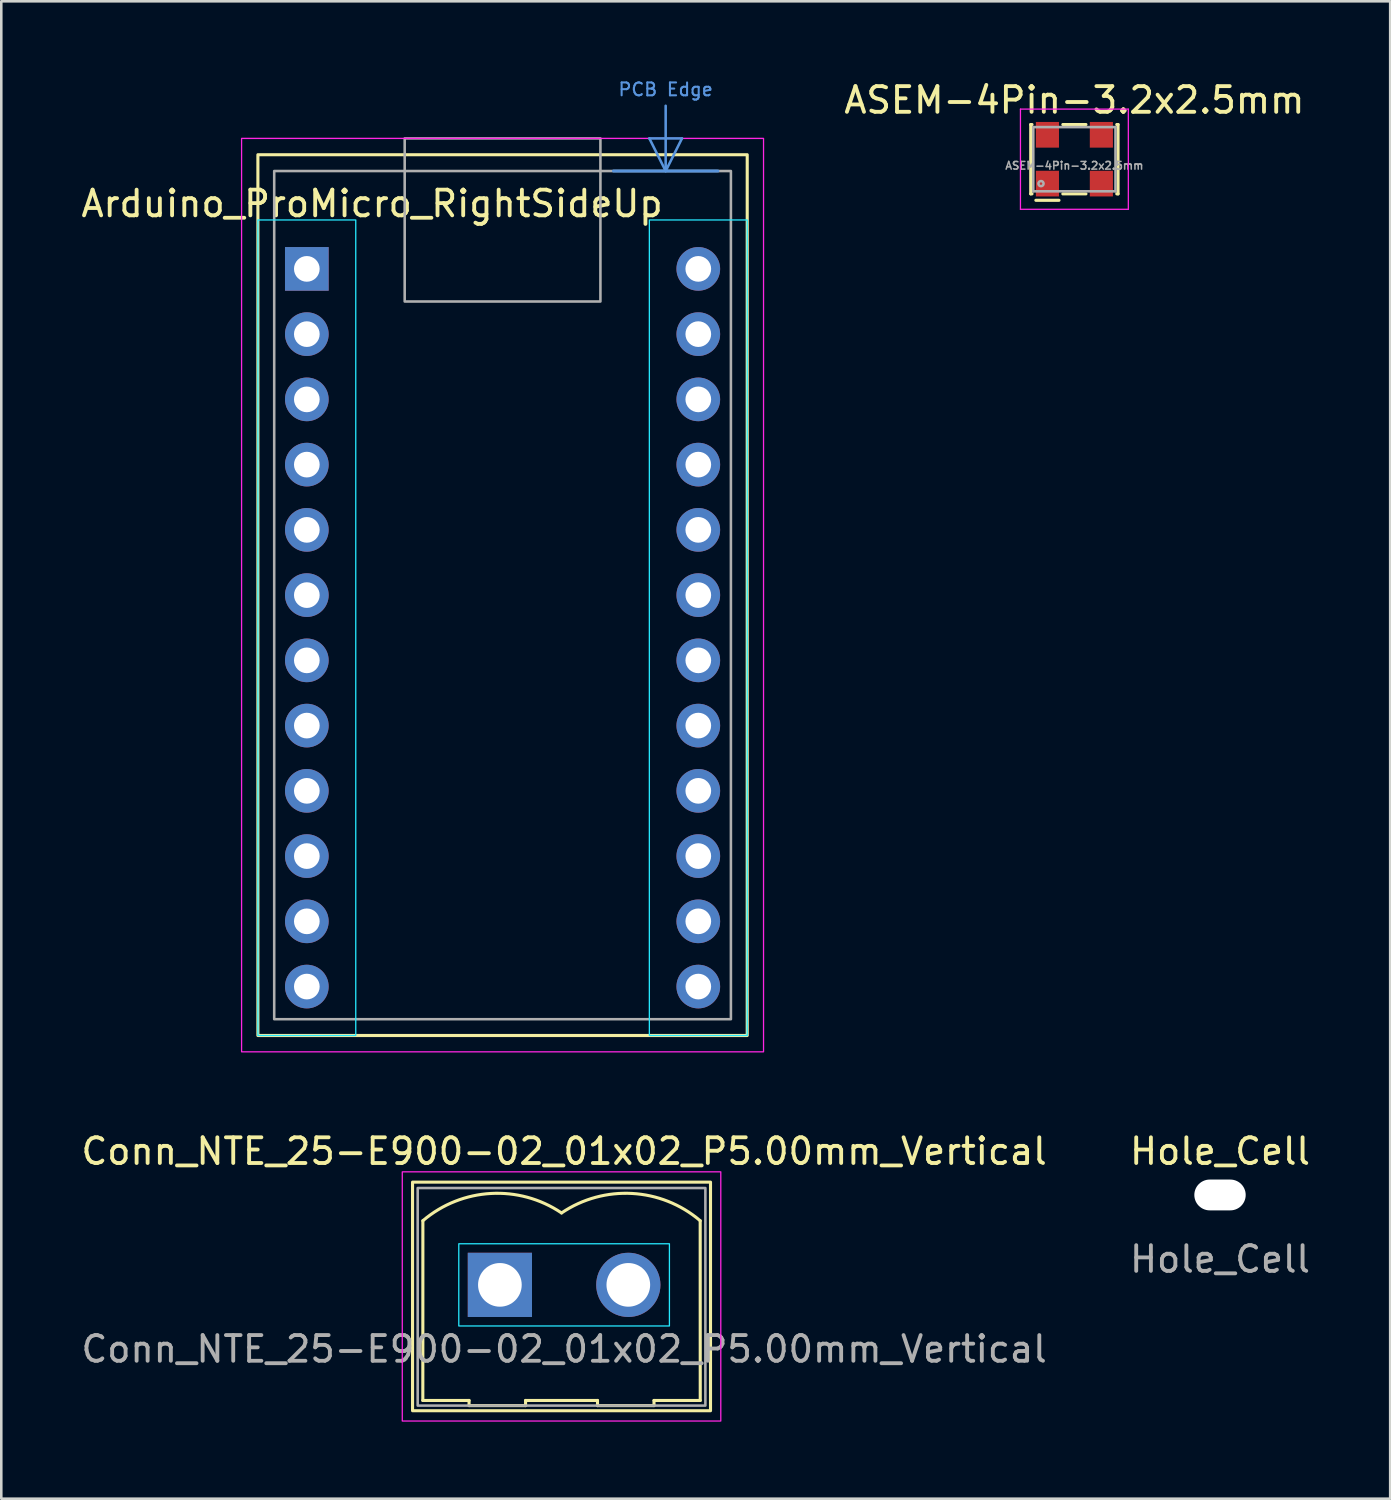
<source format=kicad_pcb>
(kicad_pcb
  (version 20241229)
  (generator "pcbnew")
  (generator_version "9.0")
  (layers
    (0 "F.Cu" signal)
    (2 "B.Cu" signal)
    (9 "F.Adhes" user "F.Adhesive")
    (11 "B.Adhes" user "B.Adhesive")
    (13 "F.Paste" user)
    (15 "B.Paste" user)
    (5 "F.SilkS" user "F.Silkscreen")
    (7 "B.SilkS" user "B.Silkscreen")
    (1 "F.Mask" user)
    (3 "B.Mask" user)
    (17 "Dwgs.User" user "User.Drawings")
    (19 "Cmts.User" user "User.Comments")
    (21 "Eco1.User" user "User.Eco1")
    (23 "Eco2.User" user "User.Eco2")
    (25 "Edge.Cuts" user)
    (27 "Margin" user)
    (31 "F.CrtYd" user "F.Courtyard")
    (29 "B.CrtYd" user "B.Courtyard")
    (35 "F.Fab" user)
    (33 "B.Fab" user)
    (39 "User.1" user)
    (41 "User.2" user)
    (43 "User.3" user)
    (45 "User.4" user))
  (footprint "Arduino_ProMicro_RightSideUp"
    (layer "F.Cu")
    (at 8.895 7.418)
    (property "Reference" "Arduino_ProMicro_RightSideUp" (at 2.54 -2.54 0) (unlocked yes) (layer "F.SilkS") (effects (font (size 1 1) (thickness 0.15))))
    (attr through_hole)
    (fp_rect (start -1.905 -4.445) (end 17.145 29.845) (stroke (width 0.12) (type solid)) (fill no) (layer "F.SilkS"))
    (fp_line (start 11.938 -3.81) (end 16.002 -3.81) (stroke (width 0.12) (type solid)) (layer "Cmts.User"))
    (fp_line (start 13.335 -5.08) (end 14.605 -5.08) (stroke (width 0.1) (type solid)) (layer "Cmts.User"))
    (fp_line (start 13.97 -3.81) (end 13.335 -5.08) (stroke (width 0.1) (type solid)) (layer "Cmts.User"))
    (fp_line (start 13.97 -3.81) (end 13.97 -6.35) (stroke (width 0.1) (type solid)) (layer "Cmts.User"))
    (fp_line (start 14.605 -5.08) (end 13.97 -3.81) (stroke (width 0.1) (type solid)) (layer "Cmts.User"))
    (fp_rect (start -1.905 -1.905) (end 1.905 29.845) (stroke (width 0.05) (type solid)) (fill no) (layer "B.CrtYd"))
    (fp_rect (start 17.145 29.845) (end 13.335 -1.905) (stroke (width 0.05) (type solid)) (fill no) (layer "B.CrtYd"))
    (fp_rect (start 17.78 -5.08) (end -2.54 30.48) (stroke (width 0.05) (type solid)) (fill no) (layer "F.CrtYd"))
    (fp_rect (start 11.43 1.27) (end 3.81 -5.08) (stroke (width 0.1) (type solid)) (fill no) (layer "F.Fab"))
    (fp_rect (start 16.51 29.21) (end -1.27 -3.81) (stroke (width 0.1) (type solid)) (fill no) (layer "F.Fab"))
    (fp_text user "PCB Edge" (at 13.97 -6.985 0) (unlocked yes) (layer "Cmts.User") (effects (font (size 0.5 0.5) (thickness 0.08))))
    (pad "1" thru_hole rect (at 0 0) (size 1.7 1.7) (drill 1) (layers "*.Cu" "*.Mask"))
    (pad "2" thru_hole oval (at 0 2.54) (size 1.7 1.7) (drill 1) (layers "*.Cu" "*.Mask"))
    (pad "3" thru_hole oval (at 0 5.08) (size 1.7 1.7) (drill 1) (layers "*.Cu" "*.Mask"))
    (pad "4" thru_hole oval (at 0 7.62) (size 1.7 1.7) (drill 1) (layers "*.Cu" "*.Mask"))
    (pad "5" thru_hole oval (at 0 10.16) (size 1.7 1.7) (drill 1) (layers "*.Cu" "*.Mask"))
    (pad "6" thru_hole oval (at 0 12.7) (size 1.7 1.7) (drill 1) (layers "*.Cu" "*.Mask"))
    (pad "7" thru_hole oval (at 0 15.24) (size 1.7 1.7) (drill 1) (layers "*.Cu" "*.Mask"))
    (pad "8" thru_hole oval (at 0 17.78) (size 1.7 1.7) (drill 1) (layers "*.Cu" "*.Mask"))
    (pad "9" thru_hole oval (at 0 20.32) (size 1.7 1.7) (drill 1) (layers "*.Cu" "*.Mask"))
    (pad "10" thru_hole oval (at 0 22.86) (size 1.7 1.7) (drill 1) (layers "*.Cu" "*.Mask"))
    (pad "11" thru_hole oval (at 0 25.4) (size 1.7 1.7) (drill 1) (layers "*.Cu" "*.Mask"))
    (pad "12" thru_hole oval (at 0 27.94) (size 1.7 1.7) (drill 1) (layers "*.Cu" "*.Mask"))
    (pad "13" thru_hole oval (at 15.24 27.94) (size 1.7 1.7) (drill 1) (layers "*.Cu" "*.Mask"))
    (pad "14" thru_hole oval (at 15.24 25.4) (size 1.7 1.7) (drill 1) (layers "*.Cu" "*.Mask"))
    (pad "15" thru_hole oval (at 15.24 22.86) (size 1.7 1.7) (drill 1) (layers "*.Cu" "*.Mask"))
    (pad "16" thru_hole oval (at 15.24 20.32) (size 1.7 1.7) (drill 1) (layers "*.Cu" "*.Mask"))
    (pad "17" thru_hole oval (at 15.24 17.78) (size 1.7 1.7) (drill 1) (layers "*.Cu" "*.Mask"))
    (pad "18" thru_hole oval (at 15.24 15.24) (size 1.7 1.7) (drill 1) (layers "*.Cu" "*.Mask"))
    (pad "19" thru_hole oval (at 15.24 12.7) (size 1.7 1.7) (drill 1) (layers "*.Cu" "*.Mask"))
    (pad "20" thru_hole oval (at 15.24 10.16) (size 1.7 1.7) (drill 1) (layers "*.Cu" "*.Mask"))
    (pad "21" thru_hole oval (at 15.24 7.62) (size 1.7 1.7) (drill 1) (layers "*.Cu" "*.Mask"))
    (pad "22" thru_hole oval (at 15.24 5.08) (size 1.7 1.7) (drill 1) (layers "*.Cu" "*.Mask"))
    (pad "23" thru_hole oval (at 15.24 2.54) (size 1.7 1.7) (drill 1) (layers "*.Cu" "*.Mask"))
    (pad "24" thru_hole oval (at 15.24 0) (size 1.7 1.7) (drill 1) (layers "*.Cu" "*.Mask")))
  (footprint "Hole_Cell"
    (layer "F.Cu")
    (at 44.446 43.471)
    (property "Reference" "Hole_Cell" (at 0 -1.7 0) (unlocked yes) (layer "F.SilkS") (effects (font (size 1 1) (thickness 0.15))))
    (attr through_hole)
    (fp_text user "${REFERENCE}" (at 0 2.5 0) (unlocked yes) (layer "F.Fab") (effects (font (size 1 1) (thickness 0.15))))
    (pad "" np_thru_hole oval (at 0 0) (size 2 1.2) (drill oval 2 1.2) (layers "*.Cu" "*.Mask")))
  (footprint "ASEM-4Pin-3.2x2.5mm"
    (layer "F.Cu")
    (at 38.777 3.148)
    (property "Reference" "ASEM-4Pin-3.2x2.5mm" (at 0 -2.3 0) (unlocked yes) (layer "F.SilkS") (effects (font (size 1 1) (thickness 0.15))))
    (attr smd)
    (fp_line (start -1.7 -1.35) (end -1.65 -1.35) (stroke (width 0.12) (type solid)) (layer "F.SilkS"))
    (fp_line (start -1.7 1.35) (end -1.7 -1.35) (stroke (width 0.12) (type solid)) (layer "F.SilkS"))
    (fp_line (start -1.65 1.35) (end -1.7 1.35) (stroke (width 0.12) (type solid)) (layer "F.SilkS"))
    (fp_line (start -0.6 1.6) (end -1.5 1.6) (stroke (width 0.12) (type solid)) (layer "F.SilkS"))
    (fp_line (start -0.45 -1.35) (end 0.45 -1.35) (stroke (width 0.12) (type solid)) (layer "F.SilkS"))
    (fp_line (start -0.45 1.35) (end 0.45 1.35) (stroke (width 0.12) (type solid)) (layer "F.SilkS"))
    (fp_line (start 1.65 -1.35) (end 1.7 -1.35) (stroke (width 0.12) (type solid)) (layer "F.SilkS"))
    (fp_line (start 1.7 -1.35) (end 1.7 1.35) (stroke (width 0.12) (type solid)) (layer "F.SilkS"))
    (fp_line (start 1.7 1.35) (end 1.65 1.35) (stroke (width 0.12) (type solid)) (layer "F.SilkS"))
    (fp_line (start -2.1 -1.95) (end 2.1 -1.95) (stroke (width 0.05) (type solid)) (layer "F.CrtYd"))
    (fp_line (start -2.1 1.95) (end -2.1 -1.95) (stroke (width 0.05) (type solid)) (layer "F.CrtYd"))
    (fp_line (start 2.1 -1.95) (end 2.1 1.95) (stroke (width 0.05) (type solid)) (layer "F.CrtYd"))
    (fp_line (start 2.1 1.95) (end -2.1 1.95) (stroke (width 0.05) (type solid)) (layer "F.CrtYd"))
    (fp_line (start -1.6 -1.25) (end 1.6 -1.25) (stroke (width 0.1) (type solid)) (layer "F.Fab"))
    (fp_line (start -1.6 1.25) (end -1.6 -1.25) (stroke (width 0.1) (type solid)) (layer "F.Fab"))
    (fp_line (start 1.6 -1.25) (end 1.6 1.25) (stroke (width 0.1) (type solid)) (layer "F.Fab"))
    (fp_line (start 1.6 1.25) (end -1.6 1.25) (stroke (width 0.1) (type solid)) (layer "F.Fab"))
    (fp_circle (center -1.3 0.95) (end -1.2 0.95) (stroke (width 0.1) (type solid)) (fill no) (layer "F.Fab"))
    (fp_text user "${REFERENCE}" (at 0 0.25 0) (unlocked yes) (layer "F.Fab") (effects (font (size 0.3 0.3) (thickness 0.06))))
    (pad "1" smd rect (at -1.05 0.95) (size 0.9 1) (layers "F.Cu" "F.Mask" "F.Paste"))
    (pad "2" smd rect (at 1.05 0.95) (size 0.9 1) (layers "F.Cu" "F.Mask" "F.Paste"))
    (pad "3" smd rect (at 1.05 -0.95) (size 0.9 1) (layers "F.Cu" "F.Mask" "F.Paste"))
    (pad "4" smd rect (at -1.05 -0.95) (size 0.9 1) (layers "F.Cu" "F.Mask" "F.Paste")))
  (footprint "Conn_NTE_25-E900-02_01x02_P5.00mm_Vertical"
    (layer "F.Cu")
    (at 18.911 46.971)
    (property "Reference" "Conn_NTE_25-E900-02_01x02_P5.00mm_Vertical" (at 0 -5.2 0) (unlocked yes) (layer "F.SilkS") (effects (font (size 1 1) (thickness 0.15))))
    (attr through_hole)
    (fp_line (start -5.5 4.5) (end -5.498 -2.497) (stroke (width 0.12) (type solid)) (layer "F.SilkS"))
    (fp_line (start -3.7 4.5) (end -5.5 4.5) (stroke (width 0.12) (type solid)) (layer "F.SilkS"))
    (fp_line (start -3.7 4.7) (end -3.7 4.5) (stroke (width 0.12) (type solid)) (layer "F.SilkS"))
    (fp_line (start -1.5 4.5) (end -1.5 4.7) (stroke (width 0.12) (type solid)) (layer "F.SilkS"))
    (fp_line (start -1.5 4.7) (end -3.7 4.7) (stroke (width 0.12) (type solid)) (layer "F.SilkS"))
    (fp_line (start 1.3 4.5) (end -1.5 4.5) (stroke (width 0.12) (type solid)) (layer "F.SilkS"))
    (fp_line (start 1.3 4.7) (end 1.3 4.5) (stroke (width 0.12) (type solid)) (layer "F.SilkS"))
    (fp_line (start 3.5 4.5) (end 3.5 4.7) (stroke (width 0.12) (type solid)) (layer "F.SilkS"))
    (fp_line (start 3.5 4.7) (end 1.3 4.7) (stroke (width 0.12) (type solid)) (layer "F.SilkS"))
    (fp_line (start 5.298 -2.497) (end 5.3 4.5) (stroke (width 0.12) (type solid)) (layer "F.SilkS"))
    (fp_line (start 5.3 4.5) (end 3.5 4.5) (stroke (width 0.12) (type solid)) (layer "F.SilkS"))
    (fp_rect (start 5.7 4.9) (end -5.9 -4) (stroke (width 0.12) (type solid)) (fill no) (layer "F.SilkS"))
    (fp_arc (start -5.49782 -2.497445) (mid -2.849894 -3.558316) (end -0.1 -2.799999) (stroke (width 0.12) (type solid)) (layer "F.SilkS"))
    (fp_arc (start -0.1 -2.799999) (mid 2.6499 -3.558424) (end 5.29782 -2.497445) (stroke (width 0.12) (type solid)) (layer "F.SilkS"))
    (fp_rect (start -4.1 -1.6) (end 4.1 1.6) (stroke (width 0.05) (type solid)) (fill no) (layer "B.CrtYd"))
    (fp_rect (start 6.1 5.3) (end -6.3 -4.4) (stroke (width 0.05) (type solid)) (fill no) (layer "F.CrtYd"))
    (fp_rect (start 5.5 4.7) (end -5.7 -3.77) (stroke (width 0.1) (type solid)) (fill no) (layer "F.Fab"))
    (fp_text user "${REFERENCE}" (at 0 2.5 0) (unlocked yes) (layer "F.Fab") (effects (font (size 1 1) (thickness 0.15))))
    (pad "1" thru_hole rect (at -2.5 0) (size 2.5 2.5) (drill 1.7) (layers "*.Cu" "*.Mask"))
    (pad "2" thru_hole circle (at 2.5 0) (size 2.5 2.5) (drill 1.7) (layers "*.Cu" "*.Mask")))
  (gr_rect
    (start -3 -3)
    (end 51.071 55.296)
    (stroke (width 0.1) (type default))
    (fill no)
    (layer "Edge.Cuts")))
</source>
